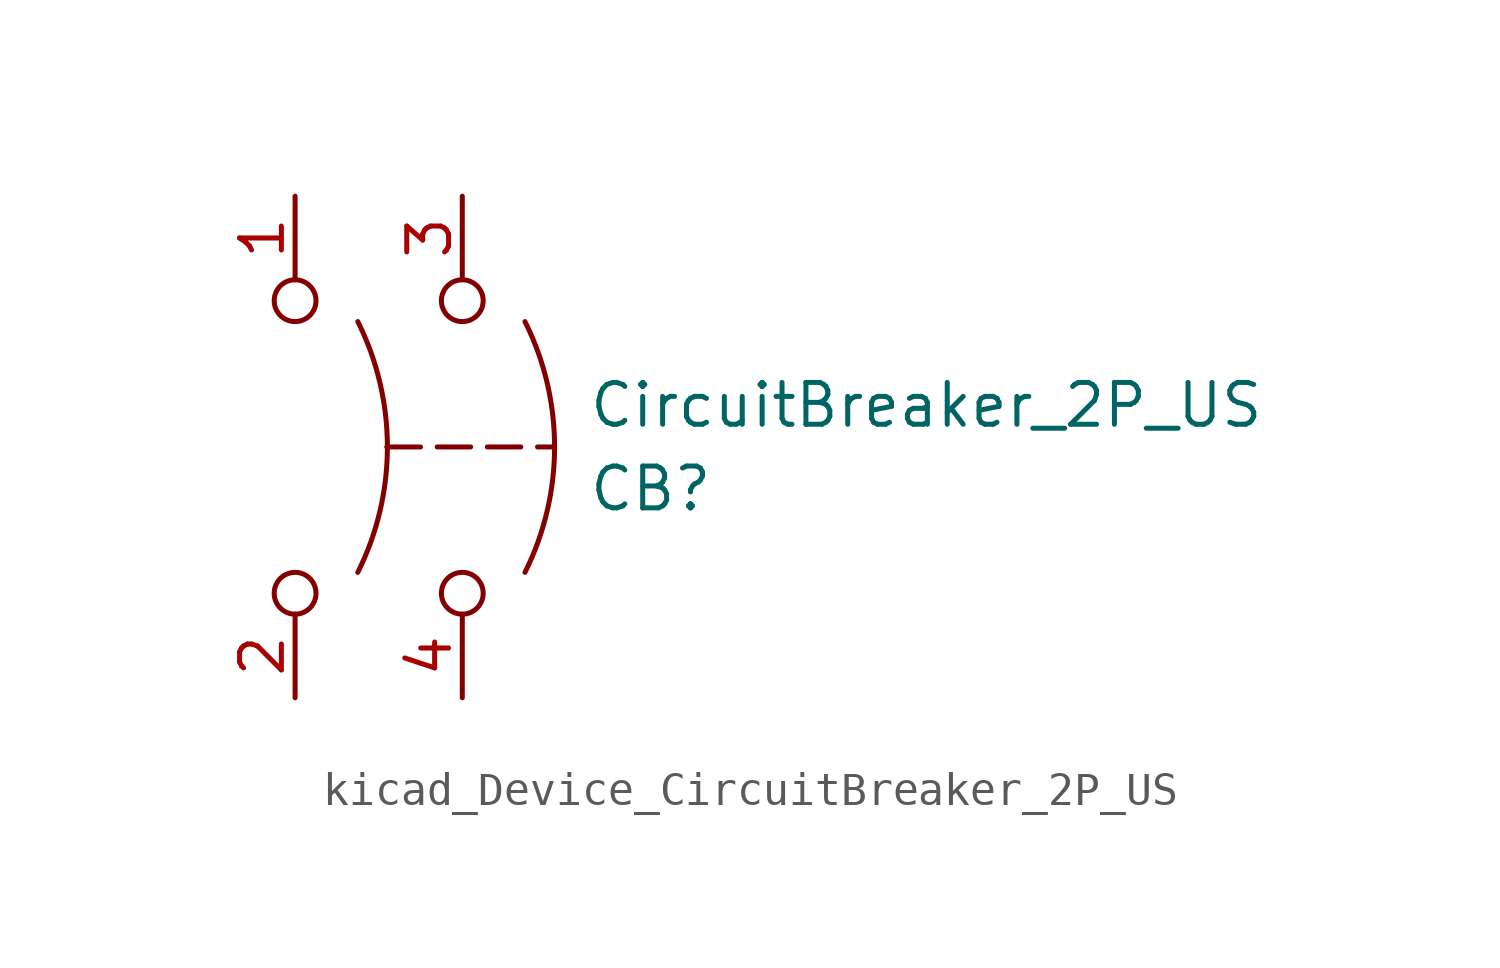
<source format=kicad_sym>
(kicad_symbol_lib
  (version 20220914)
  (generator kicad_symbol_editor)
  (symbol "kicad_Device_CircuitBreaker_2P_US"
    (property "Reference" "CB"
      (at 6.35 -1.27 0)
      (effects (font (size 1.27 1.27)) (justify left)))
    (property "Value" "CircuitBreaker_2P_US"
      (at 6.35 1.27 0)
      (effects (font (size 1.27 1.27)) (justify left)))
    (symbol "kicad_Device_CircuitBreaker_2P_US_0_1"
      (circle (center -2.54 -4.445) (radius 0.635) (stroke (width 0) (type default)) (fill (type none)))
      (circle (center -2.54 4.445) (radius 0.635) (stroke (width 0) (type default)) (fill (type none)))
      (arc (start -0.635 -3.81) (mid 0.2644 0) (end -0.635 3.81) (stroke (width 0) (type default)) (fill (type none)))
      (polyline (pts (xy 0.254 0) (xy 0.254 0)) (stroke (width 0) (type default)) (fill (type none)))
      (polyline (pts (xy 0.254 0) (xy 1.27 0)) (stroke (width 0) (type default)) (fill (type none)))
      (polyline (pts (xy 1.778 0) (xy 2.794 0)) (stroke (width 0) (type default)) (fill (type none)))
      (polyline (pts (xy 3.302 0) (xy 4.318 0)) (stroke (width 0) (type default)) (fill (type none)))
      (polyline (pts (xy 4.826 0) (xy 5.334 0)) (stroke (width 0) (type default)) (fill (type none))))
    (symbol "kicad_Device_CircuitBreaker_2P_US_1_1"
      (circle (center 2.54 -4.445) (radius 0.635) (stroke (width 0) (type default)) (fill (type none)))
      (circle (center 2.54 4.445) (radius 0.635) (stroke (width 0) (type default)) (fill (type none)))
      (arc (start 4.445 -3.81) (mid 5.3444 0) (end 4.445 3.81) (stroke (width 0) (type default)) (fill (type none)))
      (pin passive line (at -2.54 7.62 270) (length 2.54) (name "~" (effects (font (size 1.27 1.27)))) (number "1" (effects (font (size 1.27 1.27)))))
      (pin passive line (at -2.54 -7.62 90) (length 2.54) (name "~" (effects (font (size 1.27 1.27)))) (number "2" (effects (font (size 1.27 1.27)))))
      (pin passive line (at 2.54 7.62 270) (length 2.54) (name "~" (effects (font (size 1.27 1.27)))) (number "3" (effects (font (size 1.27 1.27)))))
      (pin passive line (at 2.54 -7.62 90) (length 2.54) (name "~" (effects (font (size 1.27 1.27)))) (number "4" (effects (font (size 1.27 1.27))))))))
</source>
